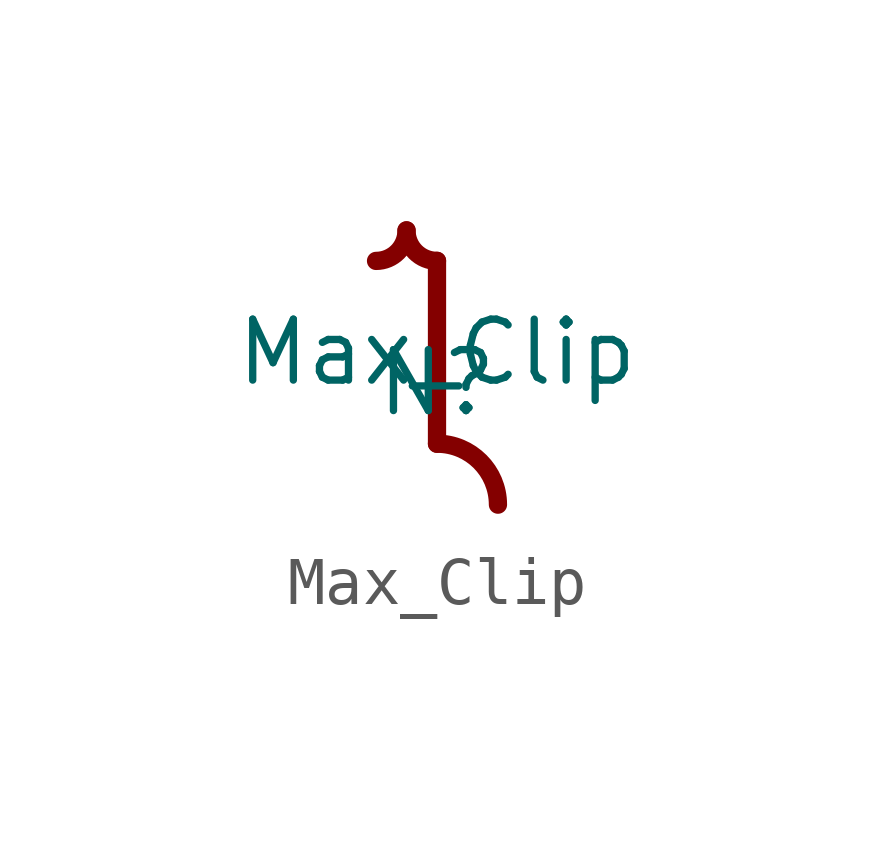
<source format=kicad_sym>
(kicad_symbol_lib
  (version 20211014)
  (generator kicad_symbol_editor)
  (symbol "Max_Clip"
    (property "Reference" "N"
      (at 0 -0.635 0)
      (effects (font (size 1.27 1.27))))
    (property "Value" "Max_Clip"
      (at 0 0 0)
      (effects (font (size 1.27 1.27))))
    (symbol "Max_Clip_0_1"
      (arc (start -1.27 1.905) (mid -0.186 1.456) (end -0.635 2.54) (stroke (width 0.381) (type default) (color 0 0 0 0)) (fill (type none)))
      (arc (start -0.635 2.54) (mid -1.084 1.456) (end 0 1.905) (stroke (width 0.381) (type default) (color 0 0 0 0)) (fill (type none)))
      (polyline (pts (xy 0 1.905) (xy 0 -1.905)) (stroke (width 0.381) (type default) (color 0 0 0 0)) (fill (type none)))
      (arc (start 1.27 -3.175) (mid 2.168 -1.007) (end 0 -1.905) (stroke (width 0.381) (type default) (color 0 0 0 0)) (fill (type none))))))
</source>
